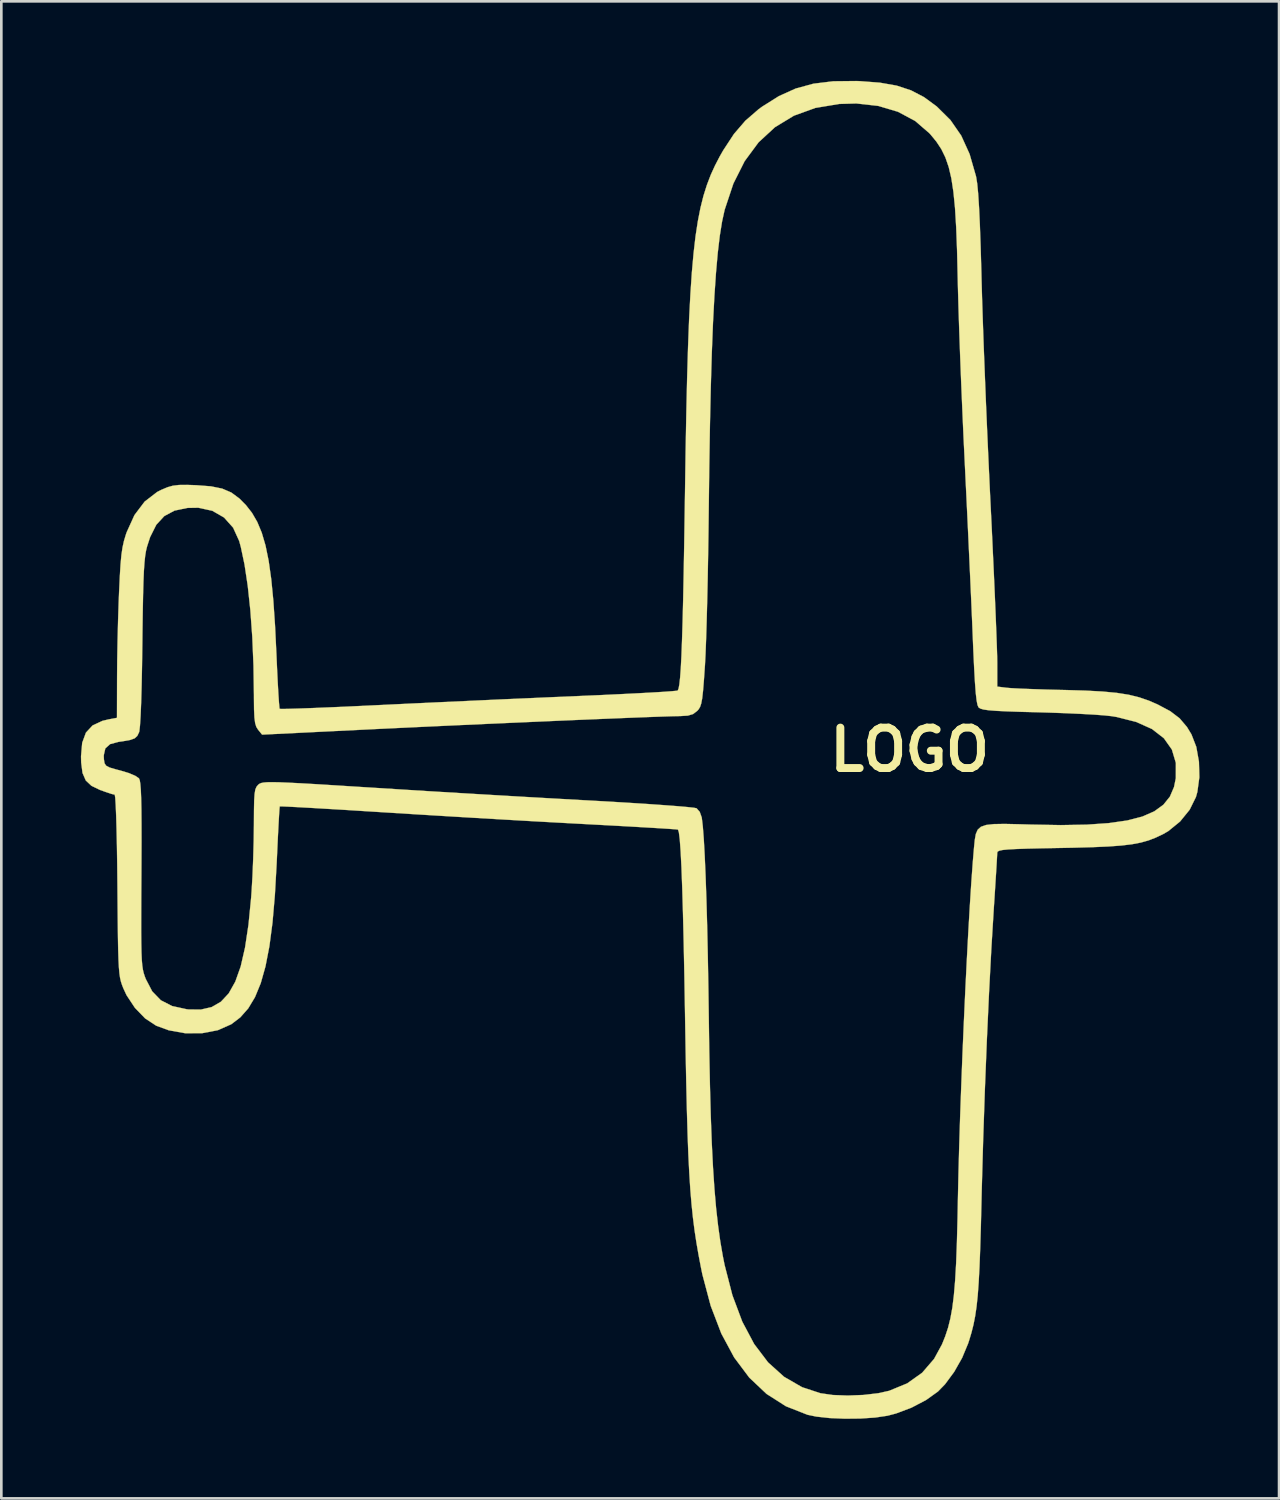
<source format=kicad_pcb>
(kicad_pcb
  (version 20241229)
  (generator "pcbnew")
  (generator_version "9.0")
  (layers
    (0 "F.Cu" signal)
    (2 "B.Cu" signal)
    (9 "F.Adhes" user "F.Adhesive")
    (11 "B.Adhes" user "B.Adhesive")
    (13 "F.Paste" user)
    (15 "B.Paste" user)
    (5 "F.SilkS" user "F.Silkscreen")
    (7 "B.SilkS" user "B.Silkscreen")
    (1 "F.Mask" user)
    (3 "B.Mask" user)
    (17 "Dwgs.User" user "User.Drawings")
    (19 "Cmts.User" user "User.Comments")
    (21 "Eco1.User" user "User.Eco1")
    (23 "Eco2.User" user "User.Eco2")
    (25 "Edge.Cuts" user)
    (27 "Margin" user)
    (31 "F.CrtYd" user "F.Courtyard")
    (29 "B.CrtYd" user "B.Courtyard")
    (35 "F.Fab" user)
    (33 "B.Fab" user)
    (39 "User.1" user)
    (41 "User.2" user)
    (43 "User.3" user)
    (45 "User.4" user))
  (footprint "LOGO"
    (layer "F.Cu")
    (at 21.087 25.218)
    (property "Reference" "LOGO" (at 10.16 0 0) (layer "F.SilkS") (effects (font (size 1.524 1.524) (thickness 0.3))))
    (attr through_hole)
    (fp_poly (pts (xy 8.277 -25.209) (xy 9.037 -25.151) (xy 9.669 -25.04) (xy 10.211 -24.862) (xy 10.7 -24.607) (xy 11.172 -24.261) (xy 11.183 -24.252) (xy 11.696 -23.744) (xy 12.104 -23.155) (xy 12.42 -22.46) (xy 12.658 -21.634) (xy 12.668 -21.59) (xy 12.707 -21.343) (xy 12.743 -20.966) (xy 12.776 -20.451) (xy 12.807 -19.791) (xy 12.836 -18.978) (xy 12.864 -18.005) (xy 12.869 -17.78) (xy 12.889 -17.061) (xy 12.917 -16.203) (xy 12.951 -15.235) (xy 12.992 -14.187) (xy 13.036 -13.089) (xy 13.084 -11.97) (xy 13.134 -10.86) (xy 13.184 -9.788) (xy 13.205 -9.36) (xy 13.252 -8.41) (xy 13.295 -7.487) (xy 13.336 -6.607) (xy 13.372 -5.79) (xy 13.403 -5.054) (xy 13.428 -4.416) (xy 13.447 -3.894) (xy 13.459 -3.508) (xy 13.462 -3.291) (xy 13.462 -2.381) (xy 13.822 -2.336) (xy 14.014 -2.321) (xy 14.344 -2.304) (xy 14.781 -2.287) (xy 15.293 -2.27) (xy 15.849 -2.256) (xy 16.002 -2.253) (xy 16.791 -2.23) (xy 17.438 -2.195) (xy 17.973 -2.144) (xy 18.423 -2.073) (xy 18.816 -1.976) (xy 19.18 -1.851) (xy 19.508 -1.708) (xy 19.985 -1.454) (xy 20.338 -1.185) (xy 20.615 -0.859) (xy 20.785 -0.579) (xy 20.967 -0.109) (xy 21.067 0.45) (xy 21.082 1.037) (xy 21.007 1.59) (xy 20.953 1.783) (xy 20.717 2.261) (xy 20.356 2.705) (xy 19.912 3.067) (xy 19.711 3.183) (xy 19.438 3.312) (xy 19.168 3.417) (xy 18.877 3.499) (xy 18.542 3.563) (xy 18.142 3.611) (xy 17.653 3.647) (xy 17.053 3.673) (xy 16.318 3.693) (xy 15.854 3.702) (xy 15.151 3.715) (xy 14.599 3.728) (xy 14.181 3.742) (xy 13.878 3.758) (xy 13.672 3.778) (xy 13.547 3.804) (xy 13.483 3.835) (xy 13.462 3.875) (xy 13.462 3.883) (xy 13.456 4.005) (xy 13.441 4.27) (xy 13.418 4.651) (xy 13.388 5.123) (xy 13.354 5.659) (xy 13.336 5.927) (xy 13.241 7.482) (xy 13.152 9.171) (xy 13.07 10.958) (xy 12.996 12.807) (xy 12.932 14.682) (xy 12.879 16.547) (xy 12.869 16.976) (xy 12.845 17.96) (xy 12.82 18.794) (xy 12.793 19.496) (xy 12.762 20.084) (xy 12.726 20.578) (xy 12.682 20.995) (xy 12.629 21.355) (xy 12.566 21.676) (xy 12.49 21.977) (xy 12.4 22.276) (xy 12.363 22.388) (xy 12.138 22.928) (xy 11.837 23.458) (xy 11.494 23.922) (xy 11.23 24.194) (xy 10.782 24.515) (xy 10.233 24.803) (xy 9.648 25.024) (xy 9.324 25.109) (xy 8.859 25.178) (xy 8.306 25.215) (xy 7.717 25.221) (xy 7.144 25.197) (xy 6.641 25.142) (xy 6.308 25.073) (xy 5.495 24.753) (xy 4.763 24.286) (xy 4.112 23.671) (xy 3.544 22.913) (xy 3.059 22.011) (xy 2.659 20.967) (xy 2.345 19.784) (xy 2.294 19.536) (xy 2.202 19.054) (xy 2.121 18.587) (xy 2.05 18.121) (xy 1.989 17.641) (xy 1.936 17.131) (xy 1.89 16.575) (xy 1.851 15.959) (xy 1.816 15.267) (xy 1.787 14.484) (xy 1.761 13.594) (xy 1.737 12.583) (xy 1.715 11.435) (xy 1.693 10.134) (xy 1.691 9.991) (xy 1.666 8.543) (xy 1.64 7.264) (xy 1.613 6.154) (xy 1.585 5.212) (xy 1.556 4.437) (xy 1.525 3.83) (xy 1.493 3.39) (xy 1.459 3.116) (xy 1.425 3.01) (xy 1.338 3) (xy 1.098 2.983) (xy 0.726 2.959) (xy 0.237 2.93) (xy -0.35 2.896) (xy -1.017 2.859) (xy -1.747 2.82) (xy -2.117 2.8) (xy -3.006 2.752) (xy -4.021 2.696) (xy -5.119 2.633) (xy -6.256 2.567) (xy -7.39 2.499) (xy -8.476 2.433) (xy -9.472 2.371) (xy -9.6 2.363) (xy -10.401 2.313) (xy -11.15 2.266) (xy -11.828 2.226) (xy -12.42 2.191) (xy -12.909 2.164) (xy -13.278 2.145) (xy -13.511 2.135) (xy -13.59 2.135) (xy -13.6 2.222) (xy -13.615 2.456) (xy -13.635 2.814) (xy -13.659 3.271) (xy -13.684 3.806) (xy -13.706 4.287) (xy -13.773 5.48) (xy -13.863 6.517) (xy -13.98 7.408) (xy -14.127 8.166) (xy -14.306 8.801) (xy -14.522 9.326) (xy -14.778 9.752) (xy -15.076 10.089) (xy -15.417 10.349) (xy -15.925 10.574) (xy -16.518 10.687) (xy -17.149 10.689) (xy -17.775 10.577) (xy -18.248 10.404) (xy -18.664 10.13) (xy -19.05 9.731) (xy -19.367 9.252) (xy -19.49 8.987) (xy -19.538 8.863) (xy -19.578 8.739) (xy -19.61 8.6) (xy -19.635 8.425) (xy -19.655 8.199) (xy -19.67 7.904) (xy -19.682 7.521) (xy -19.691 7.034) (xy -19.698 6.424) (xy -19.705 5.674) (xy -19.71 5.101) (xy -19.718 4.321) (xy -19.729 3.613) (xy -19.743 2.992) (xy -19.758 2.474) (xy -19.775 2.075) (xy -19.792 1.811) (xy -19.81 1.697) (xy -19.814 1.693) (xy -19.929 1.666) (xy -20.149 1.593) (xy -20.367 1.515) (xy -20.69 1.359) (xy -20.903 1.158) (xy -21.026 0.875) (xy -21.077 0.479) (xy -21.082 0.248) (xy -21.079 0.213) (xy -20.226 0.213) (xy -20.219 0.364) (xy -20.196 0.507) (xy -20.136 0.601) (xy -20.002 0.671) (xy -19.756 0.743) (xy -19.6 0.783) (xy -19.29 0.876) (xy -19.039 0.981) (xy -18.899 1.076) (xy -18.897 1.079) (xy -18.868 1.15) (xy -18.846 1.288) (xy -18.828 1.508) (xy -18.815 1.822) (xy -18.806 2.244) (xy -18.802 2.789) (xy -18.801 3.47) (xy -18.804 4.301) (xy -18.806 4.699) (xy -18.811 5.558) (xy -18.813 6.265) (xy -18.814 6.838) (xy -18.81 7.293) (xy -18.803 7.649) (xy -18.791 7.923) (xy -18.773 8.131) (xy -18.749 8.293) (xy -18.718 8.424) (xy -18.679 8.543) (xy -18.641 8.643) (xy -18.398 9.109) (xy -18.074 9.444) (xy -17.648 9.663) (xy -17.099 9.783) (xy -17.033 9.791) (xy -16.565 9.796) (xy -16.159 9.703) (xy -15.81 9.502) (xy -15.514 9.185) (xy -15.266 8.744) (xy -15.062 8.171) (xy -14.898 7.456) (xy -14.768 6.593) (xy -14.668 5.573) (xy -14.651 5.334) (xy -14.618 4.767) (xy -14.591 4.109) (xy -14.572 3.438) (xy -14.564 2.833) (xy -14.564 2.786) (xy -14.561 2.28) (xy -14.554 1.916) (xy -14.538 1.667) (xy -14.511 1.503) (xy -14.468 1.399) (xy -14.408 1.326) (xy -14.398 1.316) (xy -14.354 1.283) (xy -14.294 1.256) (xy -14.203 1.237) (xy -14.068 1.225) (xy -13.874 1.222) (xy -13.605 1.227) (xy -13.248 1.242) (xy -12.788 1.265) (xy -12.211 1.298) (xy -11.502 1.342) (xy -10.647 1.396) (xy -10.101 1.43) (xy -9.083 1.494) (xy -7.952 1.564) (xy -6.753 1.636) (xy -5.532 1.708) (xy -4.334 1.778) (xy -3.204 1.842) (xy -2.189 1.899) (xy -1.998 1.909) (xy -1.19 1.954) (xy -0.431 2) (xy 0.262 2.044) (xy 0.872 2.087) (xy 1.38 2.125) (xy 1.771 2.159) (xy 2.026 2.187) (xy 2.126 2.206) (xy 2.246 2.343) (xy 2.322 2.558) (xy 2.322 2.562) (xy 2.361 2.887) (xy 2.398 3.369) (xy 2.433 3.997) (xy 2.466 4.759) (xy 2.497 5.644) (xy 2.525 6.638) (xy 2.549 7.731) (xy 2.57 8.911) (xy 2.584 9.906) (xy 2.604 11.355) (xy 2.63 12.648) (xy 2.661 13.8) (xy 2.699 14.826) (xy 2.745 15.738) (xy 2.799 16.551) (xy 2.862 17.28) (xy 2.936 17.938) (xy 3.02 18.539) (xy 3.117 19.098) (xy 3.182 19.423) (xy 3.477 20.568) (xy 3.849 21.562) (xy 4.297 22.405) (xy 4.822 23.098) (xy 5.424 23.641) (xy 6.103 24.033) (xy 6.795 24.261) (xy 7.262 24.328) (xy 7.826 24.349) (xy 8.419 24.326) (xy 8.974 24.261) (xy 9.385 24.17) (xy 10.068 23.889) (xy 10.631 23.489) (xy 11.081 22.966) (xy 11.377 22.423) (xy 11.502 22.113) (xy 11.608 21.791) (xy 11.696 21.438) (xy 11.769 21.037) (xy 11.827 20.569) (xy 11.874 20.017) (xy 11.912 19.362) (xy 11.941 18.586) (xy 11.965 17.672) (xy 11.979 16.933) (xy 12 15.986) (xy 12.028 14.946) (xy 12.063 13.834) (xy 12.105 12.674) (xy 12.151 11.487) (xy 12.202 10.295) (xy 12.256 9.119) (xy 12.312 7.983) (xy 12.369 6.908) (xy 12.427 5.915) (xy 12.483 5.028) (xy 12.538 4.267) (xy 12.586 3.692) (xy 12.615 3.401) (xy 12.654 3.178) (xy 12.725 3.015) (xy 12.848 2.904) (xy 13.044 2.836) (xy 13.333 2.803) (xy 13.737 2.796) (xy 14.274 2.808) (xy 14.724 2.821) (xy 15.859 2.841) (xy 16.837 2.824) (xy 17.669 2.766) (xy 18.365 2.666) (xy 18.933 2.519) (xy 19.383 2.322) (xy 19.726 2.073) (xy 19.971 1.769) (xy 20.127 1.405) (xy 20.195 1.071) (xy 20.196 0.494) (xy 20.046 -0.008) (xy 19.746 -0.433) (xy 19.298 -0.781) (xy 18.704 -1.048) (xy 17.966 -1.235) (xy 17.772 -1.267) (xy 17.51 -1.295) (xy 17.11 -1.325) (xy 16.605 -1.353) (xy 16.029 -1.379) (xy 15.412 -1.401) (xy 15.009 -1.413) (xy 14.337 -1.43) (xy 13.815 -1.448) (xy 13.423 -1.467) (xy 13.142 -1.489) (xy 12.951 -1.516) (xy 12.833 -1.549) (xy 12.766 -1.59) (xy 12.756 -1.6) (xy 12.718 -1.687) (xy 12.684 -1.862) (xy 12.652 -2.142) (xy 12.622 -2.539) (xy 12.592 -3.069) (xy 12.56 -3.745) (xy 12.542 -4.191) (xy 12.517 -4.798) (xy 12.485 -5.544) (xy 12.447 -6.396) (xy 12.404 -7.324) (xy 12.359 -8.297) (xy 12.312 -9.284) (xy 12.265 -10.253) (xy 12.235 -10.88) (xy 12.189 -11.833) (xy 12.145 -12.835) (xy 12.102 -13.854) (xy 12.063 -14.855) (xy 12.029 -15.808) (xy 12.001 -16.677) (xy 11.98 -17.431) (xy 11.971 -17.822) (xy 11.947 -18.836) (xy 11.914 -19.697) (xy 11.87 -20.424) (xy 11.81 -21.033) (xy 11.732 -21.543) (xy 11.632 -21.97) (xy 11.507 -22.332) (xy 11.354 -22.645) (xy 11.168 -22.928) (xy 10.946 -23.198) (xy 10.908 -23.24) (xy 10.368 -23.707) (xy 9.719 -24.054) (xy 8.975 -24.275) (xy 8.151 -24.367) (xy 7.503 -24.349) (xy 6.604 -24.199) (xy 5.797 -23.907) (xy 5.083 -23.474) (xy 4.463 -22.902) (xy 3.939 -22.193) (xy 3.514 -21.348) (xy 3.188 -20.37) (xy 3.18 -20.338) (xy 3.086 -19.91) (xy 3.001 -19.38) (xy 2.925 -18.74) (xy 2.858 -17.985) (xy 2.798 -17.107) (xy 2.745 -16.099) (xy 2.7 -14.955) (xy 2.662 -13.668) (xy 2.63 -12.231) (xy 2.604 -10.638) (xy 2.586 -9.144) (xy 2.575 -8.231) (xy 2.561 -7.319) (xy 2.545 -6.432) (xy 2.526 -5.595) (xy 2.506 -4.83) (xy 2.485 -4.161) (xy 2.464 -3.612) (xy 2.443 -3.206) (xy 2.441 -3.177) (xy 2.403 -2.63) (xy 2.37 -2.225) (xy 2.338 -1.938) (xy 2.301 -1.742) (xy 2.256 -1.61) (xy 2.198 -1.517) (xy 2.148 -1.463) (xy 1.994 -1.346) (xy 1.797 -1.287) (xy 1.496 -1.269) (xy 1.464 -1.269) (xy 1.246 -1.265) (xy 0.874 -1.253) (xy 0.365 -1.235) (xy -0.267 -1.211) (xy -1.004 -1.181) (xy -1.833 -1.147) (xy -2.736 -1.109) (xy -3.699 -1.067) (xy -4.705 -1.023) (xy -5.738 -0.977) (xy -6.784 -0.93) (xy -7.826 -0.882) (xy -8.849 -0.834) (xy -9.837 -0.787) (xy -10.535 -0.753) (xy -14.255 -0.57) (xy -14.409 -0.76) (xy -14.473 -0.862) (xy -14.517 -1.003) (xy -14.544 -1.213) (xy -14.559 -1.524) (xy -14.563 -1.967) (xy -14.563 -2.063) (xy -14.58 -3.179) (xy -14.625 -4.252) (xy -14.698 -5.259) (xy -14.796 -6.176) (xy -14.917 -6.981) (xy -15.058 -7.649) (xy -15.119 -7.872) (xy -15.348 -8.374) (xy -15.691 -8.757) (xy -16.132 -9.01) (xy -16.66 -9.125) (xy -17.072 -9.118) (xy -17.559 -9.016) (xy -17.943 -8.81) (xy -18.244 -8.483) (xy -18.477 -8.018) (xy -18.593 -7.662) (xy -18.632 -7.501) (xy -18.664 -7.305) (xy -18.69 -7.058) (xy -18.712 -6.74) (xy -18.729 -6.334) (xy -18.743 -5.821) (xy -18.755 -5.183) (xy -18.766 -4.401) (xy -18.77 -4.022) (xy -18.782 -3.17) (xy -18.797 -2.421) (xy -18.815 -1.787) (xy -18.836 -1.281) (xy -18.859 -0.915) (xy -18.883 -0.7) (xy -18.894 -0.659) (xy -18.961 -0.521) (xy -19.059 -0.431) (xy -19.226 -0.37) (xy -19.506 -0.32) (xy -19.664 -0.298) (xy -19.985 -0.213) (xy -20.166 -0.051) (xy -20.226 0.213) (xy -21.079 0.213) (xy -21.038 -0.264) (xy -20.897 -0.646) (xy -20.647 -0.916) (xy -20.274 -1.09) (xy -20.042 -1.145) (xy -19.727 -1.204) (xy -19.723 -2.74) (xy -19.718 -3.367) (xy -19.705 -4.092) (xy -19.686 -4.848) (xy -19.663 -5.562) (xy -19.648 -5.929) (xy -19.62 -6.528) (xy -19.592 -6.99) (xy -19.559 -7.347) (xy -19.517 -7.631) (xy -19.463 -7.875) (xy -19.392 -8.111) (xy -19.363 -8.197) (xy -19.067 -8.849) (xy -18.683 -9.357) (xy -18.211 -9.72) (xy -18.054 -9.8) (xy -17.825 -9.897) (xy -17.62 -9.955) (xy -17.388 -9.983) (xy -17.079 -9.986) (xy -16.736 -9.974) (xy -16.186 -9.932) (xy -15.76 -9.846) (xy -15.415 -9.698) (xy -15.109 -9.471) (xy -14.868 -9.228) (xy -14.636 -8.932) (xy -14.437 -8.589) (xy -14.268 -8.183) (xy -14.126 -7.7) (xy -14.008 -7.123) (xy -13.911 -6.437) (xy -13.832 -5.628) (xy -13.767 -4.68) (xy -13.715 -3.605) (xy -13.69 -3.038) (xy -13.665 -2.528) (xy -13.641 -2.1) (xy -13.619 -1.779) (xy -13.602 -1.586) (xy -13.593 -1.542) (xy -13.503 -1.538) (xy -13.261 -1.542) (xy -12.884 -1.553) (xy -12.39 -1.571) (xy -11.795 -1.595) (xy -11.116 -1.624) (xy -10.371 -1.659) (xy -9.761 -1.688) (xy -8.782 -1.735) (xy -7.69 -1.786) (xy -6.533 -1.839) (xy -5.359 -1.893) (xy -4.216 -1.943) (xy -3.151 -1.99) (xy -2.304 -2.026) (xy -1.533 -2.059) (xy -0.814 -2.093) (xy -0.166 -2.125) (xy 0.395 -2.155) (xy 0.85 -2.182) (xy 1.182 -2.206) (xy 1.373 -2.224) (xy 1.414 -2.232) (xy 1.447 -2.306) (xy 1.477 -2.466) (xy 1.505 -2.718) (xy 1.531 -3.073) (xy 1.555 -3.536) (xy 1.577 -4.117) (xy 1.599 -4.824) (xy 1.62 -5.664) (xy 1.64 -6.646) (xy 1.66 -7.778) (xy 1.68 -9.068) (xy 1.689 -9.652) (xy 1.713 -11.267) (xy 1.74 -12.723) (xy 1.77 -14.031) (xy 1.805 -15.201) (xy 1.845 -16.245) (xy 1.893 -17.172) (xy 1.948 -17.993) (xy 2.013 -18.72) (xy 2.087 -19.361) (xy 2.174 -19.929) (xy 2.273 -20.433) (xy 2.386 -20.885) (xy 2.515 -21.294) (xy 2.659 -21.672) (xy 2.822 -22.029) (xy 3.002 -22.375) (xy 3.13 -22.599) (xy 3.536 -23.218) (xy 3.966 -23.718) (xy 4.465 -24.15) (xy 4.601 -24.249) (xy 5.229 -24.644) (xy 5.861 -24.929) (xy 6.534 -25.113) (xy 7.282 -25.204) (xy 8.143 -25.213) (xy 8.277 -25.209)) (stroke (width 0.01) (type solid)) (fill yes) (layer "F.SilkS")))
  (gr_rect
    (start -3 -3)
    (end 45.174 53.445)
    (stroke (width 0.1) (type default))
    (fill no)
    (layer "Edge.Cuts")))
</source>
